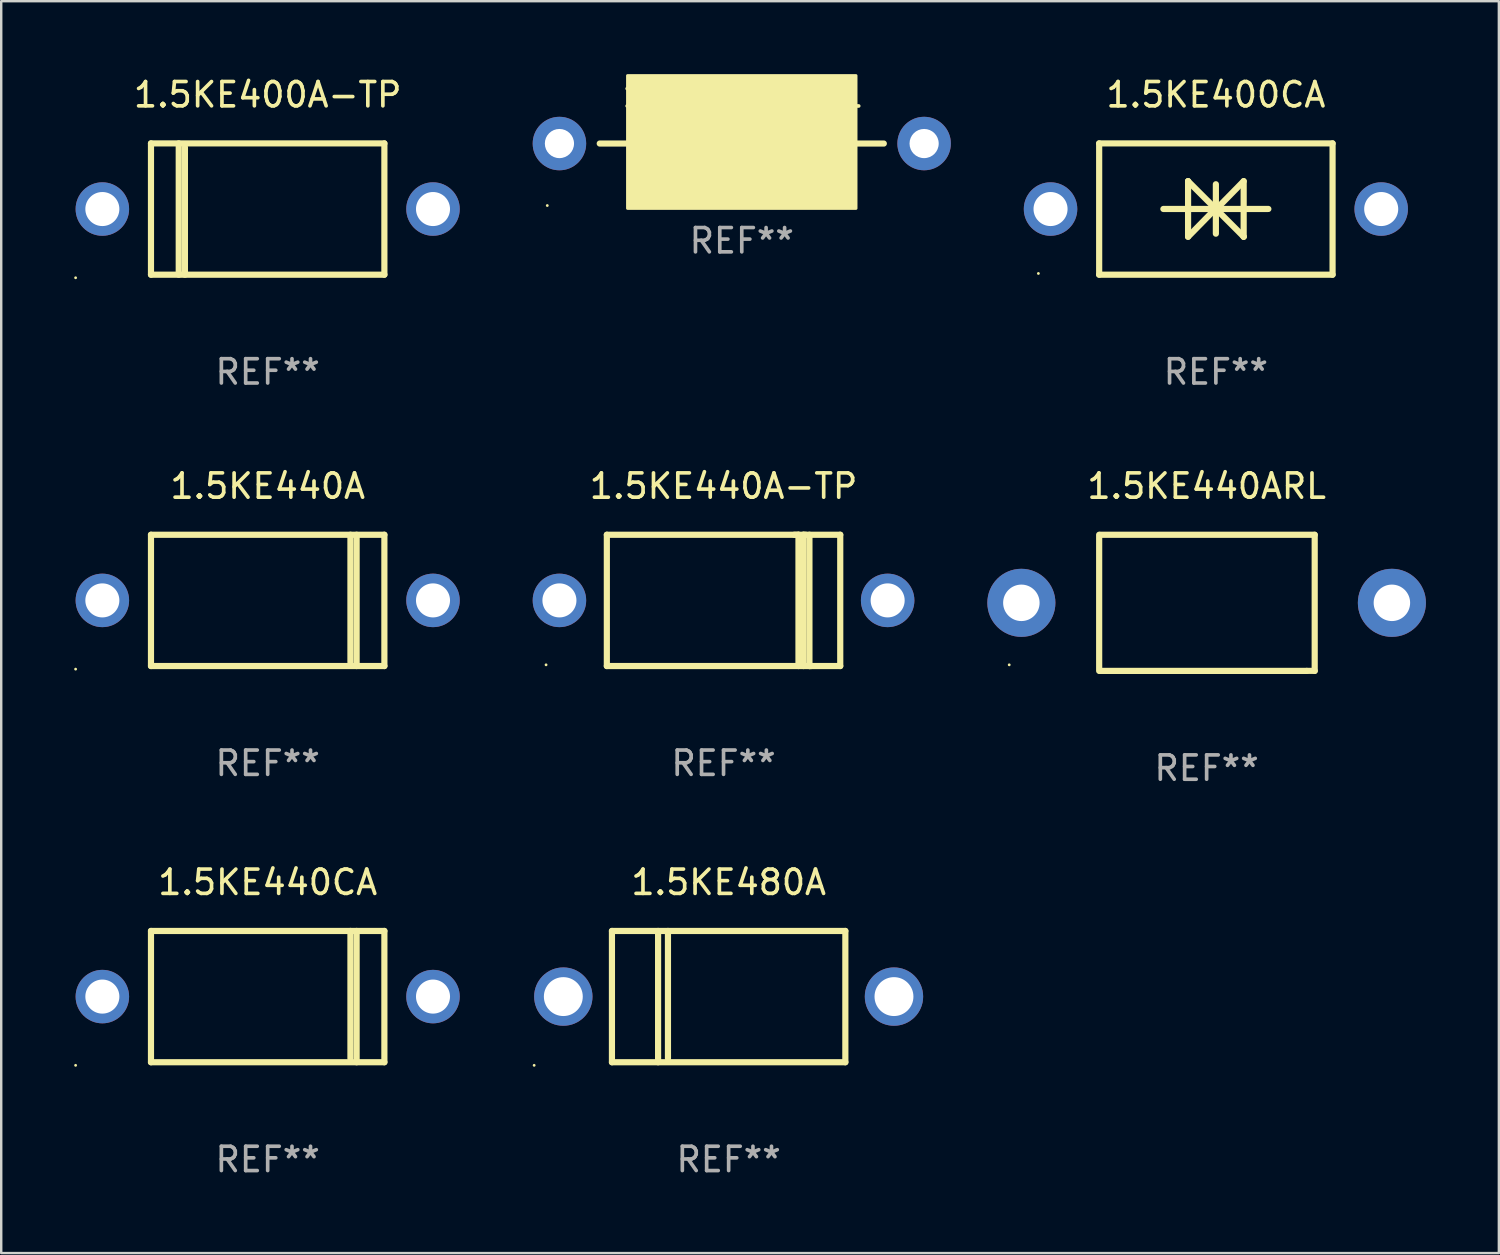
<source format=kicad_pcb>
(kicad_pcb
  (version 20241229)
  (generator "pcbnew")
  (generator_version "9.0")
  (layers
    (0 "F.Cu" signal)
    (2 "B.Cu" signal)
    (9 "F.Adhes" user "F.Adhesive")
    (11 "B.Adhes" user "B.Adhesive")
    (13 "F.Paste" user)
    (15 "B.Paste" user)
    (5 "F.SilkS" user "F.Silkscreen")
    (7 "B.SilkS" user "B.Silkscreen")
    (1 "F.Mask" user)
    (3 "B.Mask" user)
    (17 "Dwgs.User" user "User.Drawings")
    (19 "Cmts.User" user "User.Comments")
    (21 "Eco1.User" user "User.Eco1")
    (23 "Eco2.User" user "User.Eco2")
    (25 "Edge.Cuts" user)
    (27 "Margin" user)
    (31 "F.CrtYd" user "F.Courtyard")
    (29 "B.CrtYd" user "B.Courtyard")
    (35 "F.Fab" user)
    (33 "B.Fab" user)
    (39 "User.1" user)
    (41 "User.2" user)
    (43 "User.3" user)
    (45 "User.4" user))
  (footprint "1.5KE440A-TP"
    (layer "F.Cu")
    (at 26.71 21.645)
    (property "Reference" "1.5KE440A-TP" (at 0 -4.7 0) (layer "F.SilkS") (effects (font (size 1 1) (thickness 0.15))))
    (attr through_hole)
    (fp_line (start -4.8 -2.7) (end -4.8 2.7) (stroke (width 0.254) (type solid)) (layer "F.SilkS"))
    (fp_line (start -4.8 -2.7) (end 4.8 -2.7) (stroke (width 0.254) (type solid)) (layer "F.SilkS"))
    (fp_line (start 2.912 -2.7) (end 3.082 -2.7) (stroke (width 0.254) (type solid)) (layer "F.SilkS"))
    (fp_line (start 3.082 -2.7) (end 3.082 2.7) (stroke (width 0.254) (type solid)) (layer "F.SilkS"))
    (fp_line (start 3.289 -2.7) (end 3.289 2.7) (stroke (width 0.254) (type solid)) (layer "F.SilkS"))
    (fp_line (start 3.381 -2.7) (end 3.289 -2.7) (stroke (width 0.254) (type solid)) (layer "F.SilkS"))
    (fp_line (start 3.533 2.7) (end 3.533 -2.7) (stroke (width 0.254) (type solid)) (layer "F.SilkS"))
    (fp_line (start 3.599 2.7) (end 3.533 2.7) (stroke (width 0.254) (type solid)) (layer "F.SilkS"))
    (fp_line (start 4.8 -2.7) (end 4.8 2.7) (stroke (width 0.254) (type solid)) (layer "F.SilkS"))
    (fp_line (start 4.8 2.7) (end -4.8 2.7) (stroke (width 0.254) (type solid)) (layer "F.SilkS"))
    (fp_circle (center -7.3 2.65) (end -7.27 2.65) (stroke (width 0.06) (type solid)) (fill no) (layer "F.SilkS"))
    (fp_text user "REF**" (at 0 6.7 0) (layer "F.Fab") (effects (font (size 1 1) (thickness 0.15))))
    (pad "1" thru_hole circle (at -6.75 0) (size 2.2 2.2) (drill 1.4) (layers "*.Cu" "*.Mask"))
    (pad "2" thru_hole circle (at 6.75 0) (size 2.2 2.2) (drill 1.4) (layers "*.Cu" "*.Mask")))
  (footprint "1.5KE440A"
    (layer "F.Cu")
    (at 7.96 21.645)
    (property "Reference" "1.5KE440A" (at 0 -4.7 0) (layer "F.SilkS") (effects (font (size 1 1) (thickness 0.15))))
    (attr through_hole)
    (fp_line (start -4.8 -2.7) (end -4.8 2.7) (stroke (width 0.254) (type solid)) (layer "F.SilkS"))
    (fp_line (start -4.8 -2.7) (end 4.8 -2.7) (stroke (width 0.254) (type solid)) (layer "F.SilkS"))
    (fp_line (start 3.404 -2.7) (end 3.404 2.54) (stroke (width 0.254) (type solid)) (layer "F.SilkS"))
    (fp_line (start 3.658 -2.7) (end 3.658 2.7) (stroke (width 0.254) (type solid)) (layer "F.SilkS"))
    (fp_line (start 4.8 -2.7) (end 4.8 2.7) (stroke (width 0.254) (type solid)) (layer "F.SilkS"))
    (fp_line (start 4.8 2.7) (end -4.8 2.7) (stroke (width 0.254) (type solid)) (layer "F.SilkS"))
    (fp_circle (center -7.9 2.827) (end -7.87 2.827) (stroke (width 0.06) (type solid)) (fill no) (layer "F.SilkS"))
    (fp_text user "REF**" (at 0 6.7 0) (layer "F.Fab") (effects (font (size 1 1) (thickness 0.15))))
    (pad "1" thru_hole circle (at -6.8 0) (size 2.2 2.2) (drill 1.4) (layers "*.Cu" "*.Mask"))
    (pad "2" thru_hole circle (at 6.8 0) (size 2.2 2.2) (drill 1.4) (layers "*.Cu" "*.Mask")))
  (footprint "1.5KE400ARL"
    (layer "F.Cu")
    (at 27.46 2.854)
    (property "Reference" "1.5KE400ARL" (at 0 -2 0) (layer "F.SilkS") (effects (font (size 1 1) (thickness 0.15))))
    (attr through_hole)
    (fp_line (start -4.699 0) (end -5.842 0) (stroke (width 0.254) (type solid)) (layer "F.SilkS"))
    (fp_line (start 4.699 0) (end 5.842 0) (stroke (width 0.254) (type solid)) (layer "F.SilkS"))
    (fp_circle (center -8 2.55) (end -7.97 2.55) (stroke (width 0.06) (type solid)) (fill no) (layer "F.SilkS"))
    (fp_poly (pts (xy -4.699 -2.794) (xy 4.699 -2.794) (xy 4.699 2.667) (xy -4.699 2.667)) (stroke (width 0.12) (type solid)) (fill yes) (layer "F.SilkS"))
    (fp_text user "REF**" (at 0 4 0) (layer "F.Fab") (effects (font (size 1 1) (thickness 0.15))))
    (pad "1" thru_hole circle (at -7.5 0) (size 2.2 2.2) (drill 1.2) (layers "*.Cu" "*.Mask"))
    (pad "2" thru_hole circle (at 7.5 0) (size 2.2 2.2) (drill 1.2) (layers "*.Cu" "*.Mask")))
  (footprint "1.5KE480A"
    (layer "F.Cu")
    (at 26.92 37.941)
    (property "Reference" "1.5KE480A" (at 0 -4.7 0) (layer "F.SilkS") (effects (font (size 1 1) (thickness 0.15))))
    (attr through_hole)
    (fp_line (start -4.8 -2.7) (end -4.8 2.7) (stroke (width 0.254) (type solid)) (layer "F.SilkS"))
    (fp_line (start -4.8 -2.7) (end 4.8 -2.7) (stroke (width 0.254) (type solid)) (layer "F.SilkS"))
    (fp_line (start -2.902 -2.7) (end -2.902 2.7) (stroke (width 0.254) (type solid)) (layer "F.SilkS"))
    (fp_line (start -2.496 -2.7) (end -2.496 2.54) (stroke (width 0.254) (type solid)) (layer "F.SilkS"))
    (fp_line (start 4.8 -2.7) (end 4.8 2.7) (stroke (width 0.254) (type solid)) (layer "F.SilkS"))
    (fp_line (start 4.8 2.7) (end -4.8 2.7) (stroke (width 0.254) (type solid)) (layer "F.SilkS"))
    (fp_circle (center -8 2.827) (end -7.97 2.827) (stroke (width 0.06) (type solid)) (fill no) (layer "F.SilkS"))
    (fp_text user "REF**" (at 0 6.7 0) (layer "F.Fab") (effects (font (size 1 1) (thickness 0.15))))
    (pad "1" thru_hole circle (at -6.8 0) (size 2.4 2.4) (drill 1.6) (layers "*.Cu" "*.Mask"))
    (pad "2" thru_hole circle (at 6.8 0) (size 2.4 2.4) (drill 1.6) (layers "*.Cu" "*.Mask")))
  (footprint "1.5KE440ARL"
    (layer "F.Cu")
    (at 46.58 21.745)
    (property "Reference" "1.5KE440ARL" (at 0 -4.8 0) (layer "F.SilkS") (effects (font (size 1 1) (thickness 0.15))))
    (attr through_hole)
    (fp_line (start -4.42 2.8) (end -4.42 -2.8) (stroke (width 0.254) (type solid)) (layer "F.SilkS"))
    (fp_line (start -4.379 -2.799) (end 4.445 -2.799) (stroke (width 0.254) (type solid)) (layer "F.SilkS"))
    (fp_line (start 4.12 2.8) (end -4.38 2.8) (stroke (width 0.254) (type solid)) (layer "F.SilkS"))
    (fp_line (start 4.445 -2.799) (end 4.445 2.799) (stroke (width 0.254) (type solid)) (layer "F.SilkS"))
    (fp_line (start 4.445 2.799) (end 4.12 2.799) (stroke (width 0.254) (type solid)) (layer "F.SilkS"))
    (fp_circle (center -8.12 2.55) (end -8.09 2.55) (stroke (width 0.06) (type solid)) (fill no) (layer "F.SilkS"))
    (fp_text user "REF**" (at 0 6.8 0) (layer "F.Fab") (effects (font (size 1 1) (thickness 0.15))))
    (pad "1" thru_hole circle (at -7.62 0) (size 2.8 2.8) (drill 1.5) (layers "*.Cu" "*.Mask"))
    (pad "2" thru_hole circle (at 7.62 0) (size 2.8 2.8) (drill 1.5) (layers "*.Cu" "*.Mask")))
  (footprint "1.5KE440CA"
    (layer "F.Cu")
    (at 7.96 37.941)
    (property "Reference" "1.5KE440CA" (at 0 -4.7 0) (layer "F.SilkS") (effects (font (size 1 1) (thickness 0.15))))
    (attr through_hole)
    (fp_line (start -4.8 -2.7) (end -4.8 2.7) (stroke (width 0.254) (type solid)) (layer "F.SilkS"))
    (fp_line (start -4.8 -2.7) (end 4.8 -2.7) (stroke (width 0.254) (type solid)) (layer "F.SilkS"))
    (fp_line (start 3.404 -2.7) (end 3.404 2.54) (stroke (width 0.254) (type solid)) (layer "F.SilkS"))
    (fp_line (start 3.658 -2.7) (end 3.658 2.7) (stroke (width 0.254) (type solid)) (layer "F.SilkS"))
    (fp_line (start 4.8 -2.7) (end 4.8 2.7) (stroke (width 0.254) (type solid)) (layer "F.SilkS"))
    (fp_line (start 4.8 2.7) (end -4.8 2.7) (stroke (width 0.254) (type solid)) (layer "F.SilkS"))
    (fp_circle (center -7.9 2.827) (end -7.87 2.827) (stroke (width 0.06) (type solid)) (fill no) (layer "F.SilkS"))
    (fp_text user "REF**" (at 0 6.7 0) (layer "F.Fab") (effects (font (size 1 1) (thickness 0.15))))
    (pad "1" thru_hole circle (at -6.8 0) (size 2.2 2.2) (drill 1.4) (layers "*.Cu" "*.Mask"))
    (pad "2" thru_hole circle (at 6.8 0) (size 2.2 2.2) (drill 1.4) (layers "*.Cu" "*.Mask")))
  (footprint "1.5KE400CA"
    (layer "F.Cu")
    (at 46.96 5.548)
    (property "Reference" "1.5KE400CA" (at 0 -4.7 0) (layer "F.SilkS") (effects (font (size 1 1) (thickness 0.15))))
    (attr through_hole)
    (fp_line (start -4.8 -2.7) (end -4.8 2.7) (stroke (width 0.254) (type solid)) (layer "F.SilkS"))
    (fp_line (start -4.8 -2.7) (end 4.8 -2.7) (stroke (width 0.254) (type solid)) (layer "F.SilkS"))
    (fp_line (start -2.159 -0.003) (end 2.159 -0.003) (stroke (width 0.254) (type solid)) (layer "F.SilkS"))
    (fp_line (start -1.143 -1.146) (end -1.143 1.14) (stroke (width 0.254) (type solid)) (layer "F.SilkS"))
    (fp_line (start -1.143 -1.143) (end -1.143 -1.146) (stroke (width 0.254) (type solid)) (layer "F.SilkS"))
    (fp_line (start 0 -1.019) (end 0 1.013) (stroke (width 0.254) (type solid)) (layer "F.SilkS"))
    (fp_line (start 0 -0.026) (end -1.143 1.14) (stroke (width 0.254) (type solid)) (layer "F.SilkS"))
    (fp_line (start 0 -0.006) (end 1.143 1.137) (stroke (width 0.254) (type solid)) (layer "F.SilkS"))
    (fp_line (start 0 0) (end -1.143 -1.143) (stroke (width 0.254) (type solid)) (layer "F.SilkS"))
    (fp_line (start 0 0.02) (end 1.143 -1.146) (stroke (width 0.254) (type solid)) (layer "F.SilkS"))
    (fp_line (start 1.143 1.137) (end 1.143 1.14) (stroke (width 0.254) (type solid)) (layer "F.SilkS"))
    (fp_line (start 1.143 1.14) (end 1.143 -1.146) (stroke (width 0.254) (type solid)) (layer "F.SilkS"))
    (fp_line (start 4.8 -2.7) (end 4.8 2.7) (stroke (width 0.254) (type solid)) (layer "F.SilkS"))
    (fp_line (start 4.8 2.7) (end -4.8 2.7) (stroke (width 0.254) (type solid)) (layer "F.SilkS"))
    (fp_circle (center -7.3 2.65) (end -7.27 2.65) (stroke (width 0.06) (type solid)) (fill no) (layer "F.SilkS"))
    (fp_text user "REF**" (at 0 6.7 0) (layer "F.Fab") (effects (font (size 1 1) (thickness 0.15))))
    (pad "1" thru_hole circle (at -6.8 0) (size 2.2 2.2) (drill 1.4) (layers "*.Cu" "*.Mask"))
    (pad "2" thru_hole circle (at 6.8 0) (size 2.2 2.2) (drill 1.4) (layers "*.Cu" "*.Mask")))
  (footprint "1.5KE400A-TP"
    (layer "F.Cu")
    (at 7.96 5.548)
    (property "Reference" "1.5KE400A-TP" (at 0 -4.7 0) (layer "F.SilkS") (effects (font (size 1 1) (thickness 0.15))))
    (attr through_hole)
    (fp_line (start -4.8 -2.7) (end 4.8 -2.7) (stroke (width 0.254) (type solid)) (layer "F.SilkS"))
    (fp_line (start -4.8 2.7) (end -4.8 -2.7) (stroke (width 0.254) (type solid)) (layer "F.SilkS"))
    (fp_line (start -3.658 2.7) (end -3.658 -2.7) (stroke (width 0.254) (type solid)) (layer "F.SilkS"))
    (fp_line (start -3.404 2.7) (end -3.404 -2.54) (stroke (width 0.254) (type solid)) (layer "F.SilkS"))
    (fp_line (start 4.8 2.7) (end -4.8 2.7) (stroke (width 0.254) (type solid)) (layer "F.SilkS"))
    (fp_line (start 4.8 2.7) (end 4.8 -2.7) (stroke (width 0.254) (type solid)) (layer "F.SilkS"))
    (fp_circle (center -7.9 2.827) (end -7.87 2.827) (stroke (width 0.06) (type solid)) (fill no) (layer "F.SilkS"))
    (fp_text user "REF**" (at 0 6.7 0) (layer "F.Fab") (effects (font (size 1 1) (thickness 0.15))))
    (pad "1" thru_hole circle (at -6.8 0) (size 2.2 2.2) (drill 1.4) (layers "*.Cu" "*.Mask"))
    (pad "2" thru_hole circle (at 6.8 0) (size 2.2 2.2) (drill 1.4) (layers "*.Cu" "*.Mask")))
  (gr_rect
    (start -3 -3)
    (end 58.6 48.49)
    (stroke (width 0.1) (type default))
    (fill no)
    (layer "Edge.Cuts")))
</source>
